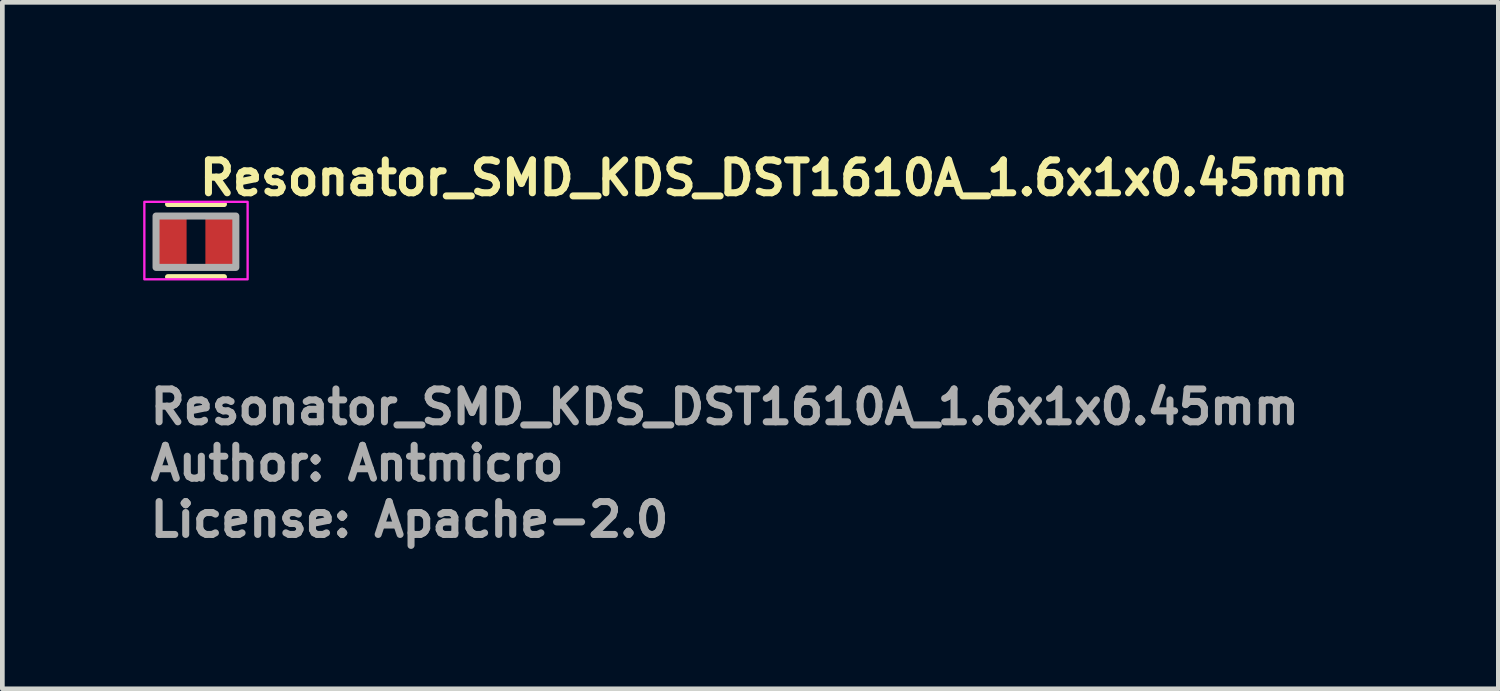
<source format=kicad_pcb>
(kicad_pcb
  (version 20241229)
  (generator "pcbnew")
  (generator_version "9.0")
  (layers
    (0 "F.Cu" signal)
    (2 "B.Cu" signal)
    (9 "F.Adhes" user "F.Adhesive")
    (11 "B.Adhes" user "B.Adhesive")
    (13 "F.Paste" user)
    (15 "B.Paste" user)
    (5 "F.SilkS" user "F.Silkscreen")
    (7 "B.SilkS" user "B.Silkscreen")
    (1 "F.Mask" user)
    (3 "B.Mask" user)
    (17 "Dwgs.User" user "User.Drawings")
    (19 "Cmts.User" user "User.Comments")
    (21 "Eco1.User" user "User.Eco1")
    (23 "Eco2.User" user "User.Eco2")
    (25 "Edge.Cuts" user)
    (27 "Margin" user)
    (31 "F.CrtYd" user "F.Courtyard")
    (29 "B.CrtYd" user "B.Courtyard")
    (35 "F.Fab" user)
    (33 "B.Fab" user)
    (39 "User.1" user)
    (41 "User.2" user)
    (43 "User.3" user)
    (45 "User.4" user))
  (footprint "Resonator_SMD_KDS_DST1610A_1.6x1x0.45mm"
    (layer "F.Cu")
    (at 1.125 2.1)
    (property "Reference" "Resonator_SMD_KDS_DST1610A_1.6x1x0.45mm" (at 0 -0.95 0) (unlocked yes) (layer "F.SilkS") (effects (font (size 0.7 0.7) (thickness 0.15)) (justify left bottom)))
    (attr smd)
    (fp_line (start -0.6 -0.8) (end 0.6 -0.8) (stroke (width 0.12) (type solid)) (layer "F.SilkS"))
    (fp_line (start -0.6 0.75) (end 0.6 0.75) (stroke (width 0.12) (type solid)) (layer "F.SilkS"))
    (fp_rect (start -1.1 -0.85) (end 1.1 0.8) (stroke (width 0.05) (type solid)) (fill no) (layer "F.CrtYd"))
    (fp_rect (start -0.851 -0.548) (end 0.849 0.546) (stroke (width 0.15) (type solid)) (fill no) (layer "F.Fab"))
    (fp_rect (start -0.851 -0.548) (end 0.849 0.546) (stroke (width 0.1) (type solid)) (fill no) (layer "User.5"))
    (fp_line (start -0.851 -0.548) (end -0.851 0.546) (stroke (width 0.02) (type solid)) (layer "User.9"))
    (fp_line (start -0.851 0.546) (end 0.849 0.546) (stroke (width 0.02) (type solid)) (layer "User.9"))
    (fp_line (start -0.724 -0.007) (end -0.724 -0.005) (stroke (width 0.02) (type solid)) (layer "User.9"))
    (fp_line (start -0.724 -0.005) (end -0.724 -0.003) (stroke (width 0.02) (type solid)) (layer "User.9"))
    (fp_line (start -0.724 -0.003) (end -0.724 0) (stroke (width 0.02) (type solid)) (layer "User.9"))
    (fp_line (start -0.724 0) (end -0.724 0) (stroke (width 0.02) (type solid)) (layer "User.9"))
    (fp_line (start -0.724 0) (end -0.724 0.002) (stroke (width 0.02) (type solid)) (layer "User.9"))
    (fp_line (start -0.724 0.002) (end -0.724 0.004) (stroke (width 0.02) (type solid)) (layer "User.9"))
    (fp_line (start -0.724 0.004) (end -0.724 0.006) (stroke (width 0.02) (type solid)) (layer "User.9"))
    (fp_line (start -0.724 0.006) (end -0.723 0.008) (stroke (width 0.02) (type solid)) (layer "User.9"))
    (fp_line (start -0.723 -0.011) (end -0.723 -0.01) (stroke (width 0.02) (type solid)) (layer "User.9"))
    (fp_line (start -0.723 -0.01) (end -0.724 -0.007) (stroke (width 0.02) (type solid)) (layer "User.9"))
    (fp_line (start -0.723 0.008) (end -0.723 0.01) (stroke (width 0.02) (type solid)) (layer "User.9"))
    (fp_line (start -0.723 0.01) (end -0.722 0.012) (stroke (width 0.02) (type solid)) (layer "User.9"))
    (fp_line (start -0.722 -0.014) (end -0.723 -0.011) (stroke (width 0.02) (type solid)) (layer "User.9"))
    (fp_line (start -0.722 0.012) (end -0.721 0.014) (stroke (width 0.02) (type solid)) (layer "User.9"))
    (fp_line (start -0.721 -0.018) (end -0.721 -0.015) (stroke (width 0.02) (type solid)) (layer "User.9"))
    (fp_line (start -0.721 -0.015) (end -0.722 -0.014) (stroke (width 0.02) (type solid)) (layer "User.9"))
    (fp_line (start -0.721 0.014) (end -0.721 0.016) (stroke (width 0.02) (type solid)) (layer "User.9"))
    (fp_line (start -0.721 0.016) (end -0.72 0.018) (stroke (width 0.02) (type solid)) (layer "User.9"))
    (fp_line (start -0.72 -0.019) (end -0.721 -0.018) (stroke (width 0.02) (type solid)) (layer "User.9"))
    (fp_line (start -0.72 0.018) (end -0.719 0.02) (stroke (width 0.02) (type solid)) (layer "User.9"))
    (fp_line (start -0.719 -0.022) (end -0.72 -0.019) (stroke (width 0.02) (type solid)) (layer "User.9"))
    (fp_line (start -0.719 0.02) (end -0.718 0.021) (stroke (width 0.02) (type solid)) (layer "User.9"))
    (fp_line (start -0.718 -0.023) (end -0.719 -0.022) (stroke (width 0.02) (type solid)) (layer "User.9"))
    (fp_line (start -0.718 0.021) (end -0.717 0.022) (stroke (width 0.02) (type solid)) (layer "User.9"))
    (fp_line (start -0.717 -0.024) (end -0.718 -0.023) (stroke (width 0.02) (type solid)) (layer "User.9"))
    (fp_line (start -0.717 0.022) (end -0.716 0.025) (stroke (width 0.02) (type solid)) (layer "User.9"))
    (fp_line (start -0.716 -0.027) (end -0.717 -0.024) (stroke (width 0.02) (type solid)) (layer "User.9"))
    (fp_line (start -0.716 0.025) (end -0.714 0.026) (stroke (width 0.02) (type solid)) (layer "User.9"))
    (fp_line (start -0.714 -0.028) (end -0.716 -0.027) (stroke (width 0.02) (type solid)) (layer "User.9"))
    (fp_line (start -0.714 0.026) (end -0.713 0.028) (stroke (width 0.02) (type solid)) (layer "User.9"))
    (fp_line (start -0.713 -0.03) (end -0.714 -0.028) (stroke (width 0.02) (type solid)) (layer "User.9"))
    (fp_line (start -0.713 0.028) (end -0.712 0.029) (stroke (width 0.02) (type solid)) (layer "User.9"))
    (fp_line (start -0.712 -0.031) (end -0.713 -0.03) (stroke (width 0.02) (type solid)) (layer "User.9"))
    (fp_line (start -0.712 0.029) (end -0.71 0.03) (stroke (width 0.02) (type solid)) (layer "User.9"))
    (fp_line (start -0.71 -0.032) (end -0.712 -0.031) (stroke (width 0.02) (type solid)) (layer "User.9"))
    (fp_line (start -0.71 0.03) (end -0.709 0.032) (stroke (width 0.02) (type solid)) (layer "User.9"))
    (fp_line (start -0.709 -0.034) (end -0.71 -0.032) (stroke (width 0.02) (type solid)) (layer "User.9"))
    (fp_line (start -0.709 0.032) (end -0.707 0.034) (stroke (width 0.02) (type solid)) (layer "User.9"))
    (fp_line (start -0.707 -0.036) (end -0.709 -0.034) (stroke (width 0.02) (type solid)) (layer "User.9"))
    (fp_line (start -0.707 0.034) (end -0.705 0.035) (stroke (width 0.02) (type solid)) (layer "User.9"))
    (fp_line (start -0.705 -0.037) (end -0.707 -0.036) (stroke (width 0.02) (type solid)) (layer "User.9"))
    (fp_line (start -0.705 0.035) (end -0.704 0.036) (stroke (width 0.02) (type solid)) (layer "User.9"))
    (fp_line (start -0.704 -0.037) (end -0.705 -0.037) (stroke (width 0.02) (type solid)) (layer "User.9"))
    (fp_line (start -0.704 0.036) (end -0.703 0.036) (stroke (width 0.02) (type solid)) (layer "User.9"))
    (fp_line (start -0.703 -0.038) (end -0.704 -0.037) (stroke (width 0.02) (type solid)) (layer "User.9"))
    (fp_line (start -0.703 0.036) (end -0.701 0.037) (stroke (width 0.02) (type solid)) (layer "User.9"))
    (fp_line (start -0.701 -0.039) (end -0.703 -0.038) (stroke (width 0.02) (type solid)) (layer "User.9"))
    (fp_line (start -0.701 0.037) (end -0.699 0.038) (stroke (width 0.02) (type solid)) (layer "User.9"))
    (fp_line (start -0.699 -0.04) (end -0.701 -0.039) (stroke (width 0.02) (type solid)) (layer "User.9"))
    (fp_line (start -0.699 0.038) (end -0.697 0.038) (stroke (width 0.02) (type solid)) (layer "User.9"))
    (fp_line (start -0.697 -0.04) (end -0.699 -0.04) (stroke (width 0.02) (type solid)) (layer "User.9"))
    (fp_line (start -0.697 0.038) (end -0.695 0.04) (stroke (width 0.02) (type solid)) (layer "User.9"))
    (fp_line (start -0.695 -0.042) (end -0.697 -0.04) (stroke (width 0.02) (type solid)) (layer "User.9"))
    (fp_line (start -0.695 0.04) (end -0.693 0.041) (stroke (width 0.02) (type solid)) (layer "User.9"))
    (fp_line (start -0.693 -0.043) (end -0.695 -0.042) (stroke (width 0.02) (type solid)) (layer "User.9"))
    (fp_line (start -0.693 0.041) (end -0.691 0.041) (stroke (width 0.02) (type solid)) (layer "User.9"))
    (fp_line (start -0.691 -0.043) (end -0.693 -0.043) (stroke (width 0.02) (type solid)) (layer "User.9"))
    (fp_line (start -0.691 0.041) (end -0.689 0.042) (stroke (width 0.02) (type solid)) (layer "User.9"))
    (fp_line (start -0.689 -0.044) (end -0.691 -0.043) (stroke (width 0.02) (type solid)) (layer "User.9"))
    (fp_line (start -0.689 0.042) (end -0.687 0.042) (stroke (width 0.02) (type solid)) (layer "User.9"))
    (fp_line (start -0.687 -0.044) (end -0.689 -0.044) (stroke (width 0.02) (type solid)) (layer "User.9"))
    (fp_line (start -0.687 0.042) (end -0.685 0.042) (stroke (width 0.02) (type solid)) (layer "User.9"))
    (fp_line (start -0.685 -0.044) (end -0.687 -0.044) (stroke (width 0.02) (type solid)) (layer "User.9"))
    (fp_line (start -0.685 0.042) (end -0.683 0.042) (stroke (width 0.02) (type solid)) (layer "User.9"))
    (fp_line (start -0.683 -0.044) (end -0.685 -0.044) (stroke (width 0.02) (type solid)) (layer "User.9"))
    (fp_line (start -0.683 -0.044) (end -0.683 -0.044) (stroke (width 0.02) (type solid)) (layer "User.9"))
    (fp_line (start -0.683 0.042) (end -0.683 0.042) (stroke (width 0.02) (type solid)) (layer "User.9"))
    (fp_line (start -0.683 0.042) (end -0.68 0.042) (stroke (width 0.02) (type solid)) (layer "User.9"))
    (fp_line (start -0.68 -0.044) (end -0.683 -0.044) (stroke (width 0.02) (type solid)) (layer "User.9"))
    (fp_line (start -0.68 0.042) (end -0.678 0.042) (stroke (width 0.02) (type solid)) (layer "User.9"))
    (fp_line (start -0.678 -0.044) (end -0.68 -0.044) (stroke (width 0.02) (type solid)) (layer "User.9"))
    (fp_line (start -0.678 0.042) (end -0.676 0.042) (stroke (width 0.02) (type solid)) (layer "User.9"))
    (fp_line (start -0.676 -0.044) (end -0.678 -0.044) (stroke (width 0.02) (type solid)) (layer "User.9"))
    (fp_line (start -0.676 0.042) (end -0.674 0.041) (stroke (width 0.02) (type solid)) (layer "User.9"))
    (fp_line (start -0.674 -0.043) (end -0.676 -0.044) (stroke (width 0.02) (type solid)) (layer "User.9"))
    (fp_line (start -0.674 0.041) (end -0.672 0.041) (stroke (width 0.02) (type solid)) (layer "User.9"))
    (fp_line (start -0.672 -0.043) (end -0.674 -0.043) (stroke (width 0.02) (type solid)) (layer "User.9"))
    (fp_line (start -0.672 0.041) (end -0.67 0.04) (stroke (width 0.02) (type solid)) (layer "User.9"))
    (fp_line (start -0.67 -0.042) (end -0.672 -0.043) (stroke (width 0.02) (type solid)) (layer "User.9"))
    (fp_line (start -0.67 0.04) (end -0.668 0.038) (stroke (width 0.02) (type solid)) (layer "User.9"))
    (fp_line (start -0.668 -0.04) (end -0.67 -0.042) (stroke (width 0.02) (type solid)) (layer "User.9"))
    (fp_line (start -0.668 0.038) (end -0.666 0.038) (stroke (width 0.02) (type solid)) (layer "User.9"))
    (fp_line (start -0.666 -0.04) (end -0.668 -0.04) (stroke (width 0.02) (type solid)) (layer "User.9"))
    (fp_line (start -0.666 0.038) (end -0.664 0.037) (stroke (width 0.02) (type solid)) (layer "User.9"))
    (fp_line (start -0.664 -0.039) (end -0.666 -0.04) (stroke (width 0.02) (type solid)) (layer "User.9"))
    (fp_line (start -0.664 0.037) (end -0.662 0.036) (stroke (width 0.02) (type solid)) (layer "User.9"))
    (fp_line (start -0.662 -0.038) (end -0.664 -0.039) (stroke (width 0.02) (type solid)) (layer "User.9"))
    (fp_line (start -0.662 0.036) (end -0.66 0.036) (stroke (width 0.02) (type solid)) (layer "User.9"))
    (fp_line (start -0.66 -0.037) (end -0.662 -0.038) (stroke (width 0.02) (type solid)) (layer "User.9"))
    (fp_line (start -0.66 0.036) (end -0.659 0.035) (stroke (width 0.02) (type solid)) (layer "User.9"))
    (fp_line (start -0.659 -0.037) (end -0.66 -0.037) (stroke (width 0.02) (type solid)) (layer "User.9"))
    (fp_line (start -0.659 0.035) (end -0.657 0.034) (stroke (width 0.02) (type solid)) (layer "User.9"))
    (fp_line (start -0.657 -0.036) (end -0.659 -0.037) (stroke (width 0.02) (type solid)) (layer "User.9"))
    (fp_line (start -0.657 0.034) (end -0.655 0.032) (stroke (width 0.02) (type solid)) (layer "User.9"))
    (fp_line (start -0.655 -0.034) (end -0.657 -0.036) (stroke (width 0.02) (type solid)) (layer "User.9"))
    (fp_line (start -0.655 0.032) (end -0.654 0.03) (stroke (width 0.02) (type solid)) (layer "User.9"))
    (fp_line (start -0.654 -0.032) (end -0.655 -0.034) (stroke (width 0.02) (type solid)) (layer "User.9"))
    (fp_line (start -0.654 0.03) (end -0.652 0.029) (stroke (width 0.02) (type solid)) (layer "User.9"))
    (fp_line (start -0.652 -0.031) (end -0.654 -0.032) (stroke (width 0.02) (type solid)) (layer "User.9"))
    (fp_line (start -0.652 0.029) (end -0.651 0.028) (stroke (width 0.02) (type solid)) (layer "User.9"))
    (fp_line (start -0.651 -0.03) (end -0.652 -0.031) (stroke (width 0.02) (type solid)) (layer "User.9"))
    (fp_line (start -0.651 0.028) (end -0.65 0.026) (stroke (width 0.02) (type solid)) (layer "User.9"))
    (fp_line (start -0.65 -0.028) (end -0.651 -0.03) (stroke (width 0.02) (type solid)) (layer "User.9"))
    (fp_line (start -0.65 0.026) (end -0.648 0.025) (stroke (width 0.02) (type solid)) (layer "User.9"))
    (fp_line (start -0.648 -0.027) (end -0.65 -0.028) (stroke (width 0.02) (type solid)) (layer "User.9"))
    (fp_line (start -0.648 0.025) (end -0.647 0.022) (stroke (width 0.02) (type solid)) (layer "User.9"))
    (fp_line (start -0.647 -0.024) (end -0.648 -0.027) (stroke (width 0.02) (type solid)) (layer "User.9"))
    (fp_line (start -0.647 0.022) (end -0.646 0.021) (stroke (width 0.02) (type solid)) (layer "User.9"))
    (fp_line (start -0.646 -0.023) (end -0.647 -0.024) (stroke (width 0.02) (type solid)) (layer "User.9"))
    (fp_line (start -0.646 0.021) (end -0.645 0.02) (stroke (width 0.02) (type solid)) (layer "User.9"))
    (fp_line (start -0.645 -0.022) (end -0.646 -0.023) (stroke (width 0.02) (type solid)) (layer "User.9"))
    (fp_line (start -0.645 0.02) (end -0.644 0.018) (stroke (width 0.02) (type solid)) (layer "User.9"))
    (fp_line (start -0.644 -0.019) (end -0.645 -0.022) (stroke (width 0.02) (type solid)) (layer "User.9"))
    (fp_line (start -0.644 0.018) (end -0.643 0.016) (stroke (width 0.02) (type solid)) (layer "User.9"))
    (fp_line (start -0.643 -0.018) (end -0.644 -0.019) (stroke (width 0.02) (type solid)) (layer "User.9"))
    (fp_line (start -0.643 -0.015) (end -0.643 -0.018) (stroke (width 0.02) (type solid)) (layer "User.9"))
    (fp_line (start -0.643 0.014) (end -0.642 0.012) (stroke (width 0.02) (type solid)) (layer "User.9"))
    (fp_line (start -0.643 0.016) (end -0.643 0.014) (stroke (width 0.02) (type solid)) (layer "User.9"))
    (fp_line (start -0.642 -0.014) (end -0.643 -0.015) (stroke (width 0.02) (type solid)) (layer "User.9"))
    (fp_line (start -0.642 0.012) (end -0.64 0.01) (stroke (width 0.02) (type solid)) (layer "User.9"))
    (fp_line (start -0.64 -0.011) (end -0.642 -0.014) (stroke (width 0.02) (type solid)) (layer "User.9"))
    (fp_line (start -0.64 -0.01) (end -0.64 -0.011) (stroke (width 0.02) (type solid)) (layer "User.9"))
    (fp_line (start -0.64 0.008) (end -0.639 0.006) (stroke (width 0.02) (type solid)) (layer "User.9"))
    (fp_line (start -0.64 0.01) (end -0.64 0.008) (stroke (width 0.02) (type solid)) (layer "User.9"))
    (fp_line (start -0.639 -0.007) (end -0.64 -0.01) (stroke (width 0.02) (type solid)) (layer "User.9"))
    (fp_line (start -0.639 -0.005) (end -0.639 -0.007) (stroke (width 0.02) (type solid)) (layer "User.9"))
    (fp_line (start -0.639 -0.003) (end -0.639 -0.005) (stroke (width 0.02) (type solid)) (layer "User.9"))
    (fp_line (start -0.639 0) (end -0.639 -0.003) (stroke (width 0.02) (type solid)) (layer "User.9"))
    (fp_line (start -0.639 0) (end -0.639 0) (stroke (width 0.02) (type solid)) (layer "User.9"))
    (fp_line (start -0.639 0) (end -0.639 0) (stroke (width 0.02) (type solid)) (layer "User.9"))
    (fp_line (start -0.639 0.002) (end -0.639 0) (stroke (width 0.02) (type solid)) (layer "User.9"))
    (fp_line (start -0.639 0.004) (end -0.639 0.002) (stroke (width 0.02) (type solid)) (layer "User.9"))
    (fp_line (start -0.639 0.006) (end -0.639 0.004) (stroke (width 0.02) (type solid)) (layer "User.9"))
    (fp_line (start 0.849 -0.548) (end -0.851 -0.548) (stroke (width 0.02) (type solid)) (layer "User.9"))
    (fp_line (start 0.849 0.546) (end 0.849 -0.548) (stroke (width 0.02) (type solid)) (layer "User.9"))
    (fp_text user "${REFERENCE}" (at -1.051 3.929 0) (unlocked yes) (layer "F.Fab") (effects (font (size 0.7 0.7) (thickness 0.15)) (justify left bottom)))
    (fp_text user "License: Apache-2.0" (at -1.051 6.328 0) (layer "F.Fab") (effects (font (size 0.7 0.7) (thickness 0.15)) (justify left bottom)))
    (fp_text user "Author: Antmicro" (at -1.051 5.129 0) (layer "F.Fab") (effects (font (size 0.7 0.7) (thickness 0.15)) (justify left bottom)))
    (pad "1" smd roundrect (at -0.55 0 180) (size 0.7 1.2) (layers "F.Cu" "F.Mask" "F.Paste") (roundrect_rratio 0.1) (chamfer_ratio 0.2) (chamfer))
    (pad "2" smd roundrect (at 0.55 0 180) (size 0.7 1.2) (layers "F.Cu" "F.Mask" "F.Paste") (roundrect_rratio 0.1)))
  (gr_rect
    (start -3 -3)
    (end 28.868 11.623)
    (stroke (width 0.1) (type default))
    (fill no)
    (layer "Edge.Cuts")))
</source>
